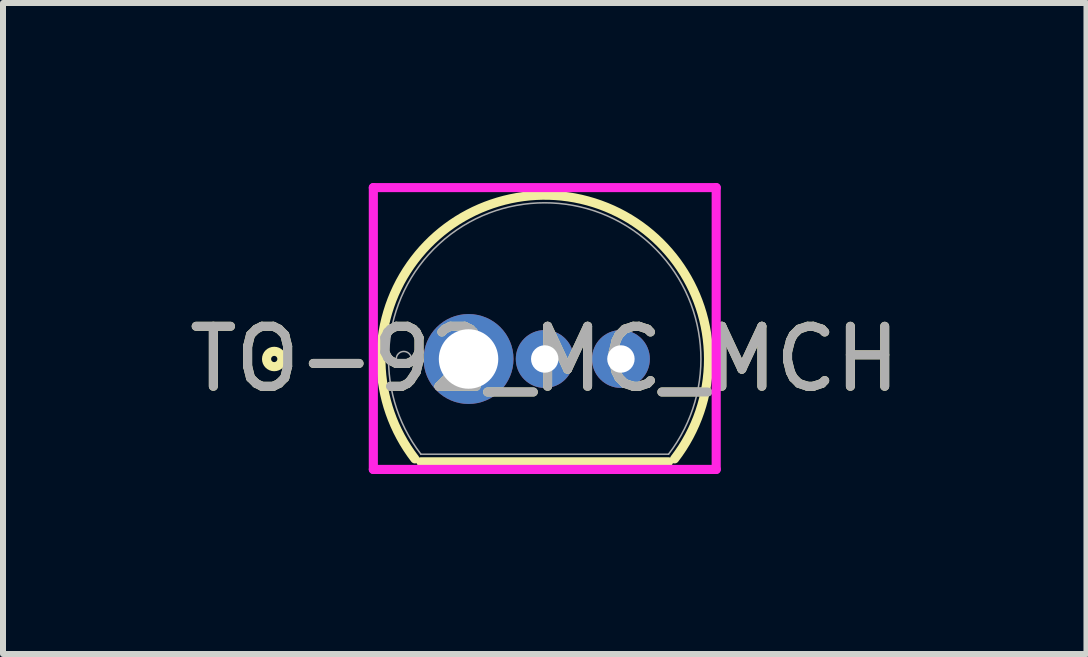
<source format=kicad_pcb>
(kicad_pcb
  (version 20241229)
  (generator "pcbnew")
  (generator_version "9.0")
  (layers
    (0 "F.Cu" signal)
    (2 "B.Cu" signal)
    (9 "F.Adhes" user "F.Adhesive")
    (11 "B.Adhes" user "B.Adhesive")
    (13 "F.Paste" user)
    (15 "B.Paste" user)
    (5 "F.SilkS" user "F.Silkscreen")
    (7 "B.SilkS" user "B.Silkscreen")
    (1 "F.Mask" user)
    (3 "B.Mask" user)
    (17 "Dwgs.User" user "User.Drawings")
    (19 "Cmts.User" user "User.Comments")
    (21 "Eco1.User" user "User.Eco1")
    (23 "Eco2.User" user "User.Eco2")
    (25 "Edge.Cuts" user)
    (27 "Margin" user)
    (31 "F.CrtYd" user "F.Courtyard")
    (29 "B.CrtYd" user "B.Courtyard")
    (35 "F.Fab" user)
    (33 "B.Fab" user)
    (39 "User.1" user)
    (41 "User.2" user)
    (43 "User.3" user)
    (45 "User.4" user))
  (footprint "TO-92_MC_MCH"
    (layer "F.Cu")
    (at 4.76 2.934)
    (property "Reference" "TO-92_MC_MCH" (at 1.27 0 0) (unlocked yes) (layer "F.SilkS") (effects (font (size 1 1) (thickness 0.15))))
    (attr through_hole)
    (fp_line (start -0.794 1.714) (end 3.334 1.714) (stroke (width 0.152) (type solid)) (layer "F.SilkS"))
    (fp_arc (start -0.894167 1.664936) (mid 0.39069 -2.585042) (end 4.0005 0) (stroke (width 0.1524) (type solid)) (layer "F.SilkS"))
    (fp_arc (start 4.0005 0.000001) (mid 3.855041 0.879313) (end 3.434164 1.66494) (stroke (width 0.1524) (type solid)) (layer "F.SilkS"))
    (fp_circle (center -3.239 0) (end -3.111 0) (stroke (width 0.152) (type solid)) (fill no) (layer "F.SilkS"))
    (fp_line (start -1.587 -2.857) (end 4.128 -2.857) (stroke (width 0.152) (type solid)) (layer "F.CrtYd"))
    (fp_line (start -1.587 1.841) (end -1.587 -2.857) (stroke (width 0.152) (type solid)) (layer "F.CrtYd"))
    (fp_line (start 4.128 -2.857) (end 4.128 1.841) (stroke (width 0.152) (type solid)) (layer "F.CrtYd"))
    (fp_line (start 4.128 1.841) (end -1.587 1.841) (stroke (width 0.152) (type solid)) (layer "F.CrtYd"))
    (fp_line (start -0.794 1.587) (end 3.334 1.587) (stroke (width 0.025) (type solid)) (layer "F.Fab"))
    (fp_line (start -0.254 0) (end 0.254 0) (stroke (width 0.152) (type solid)) (layer "F.Fab"))
    (fp_line (start 0 0.254) (end 0 -0.254) (stroke (width 0.152) (type solid)) (layer "F.Fab"))
    (fp_arc (start -0.793507 1.587499) (mid 1.270001 -2.6035) (end 3.333506 1.5875) (stroke (width 0.0254) (type solid)) (layer "F.Fab"))
    (fp_circle (center -1.079 0) (end -0.953 0) (stroke (width 0.025) (type solid)) (fill no) (layer "F.Fab"))
    (fp_text user "${REFERENCE}" (at 1.27 0 0) (unlocked yes) (layer "F.Fab") (effects (font (size 1 1) (thickness 0.15))))
    (pad "1" thru_hole circle (at 0 0) (size 1.499 1.499) (drill 0.991) (layers "*.Cu" "*.Mask"))
    (pad "2" thru_hole circle (at 1.27 0) (size 0.965 0.965) (drill 0.457) (layers "*.Cu" "*.Mask"))
    (pad "3" thru_hole circle (at 2.54 0) (size 0.965 0.965) (drill 0.457) (layers "*.Cu" "*.Mask")))
  (gr_rect
    (start -3 -3)
    (end 15.06 7.851)
    (stroke (width 0.1) (type default))
    (fill no)
    (layer "Edge.Cuts")))
</source>
